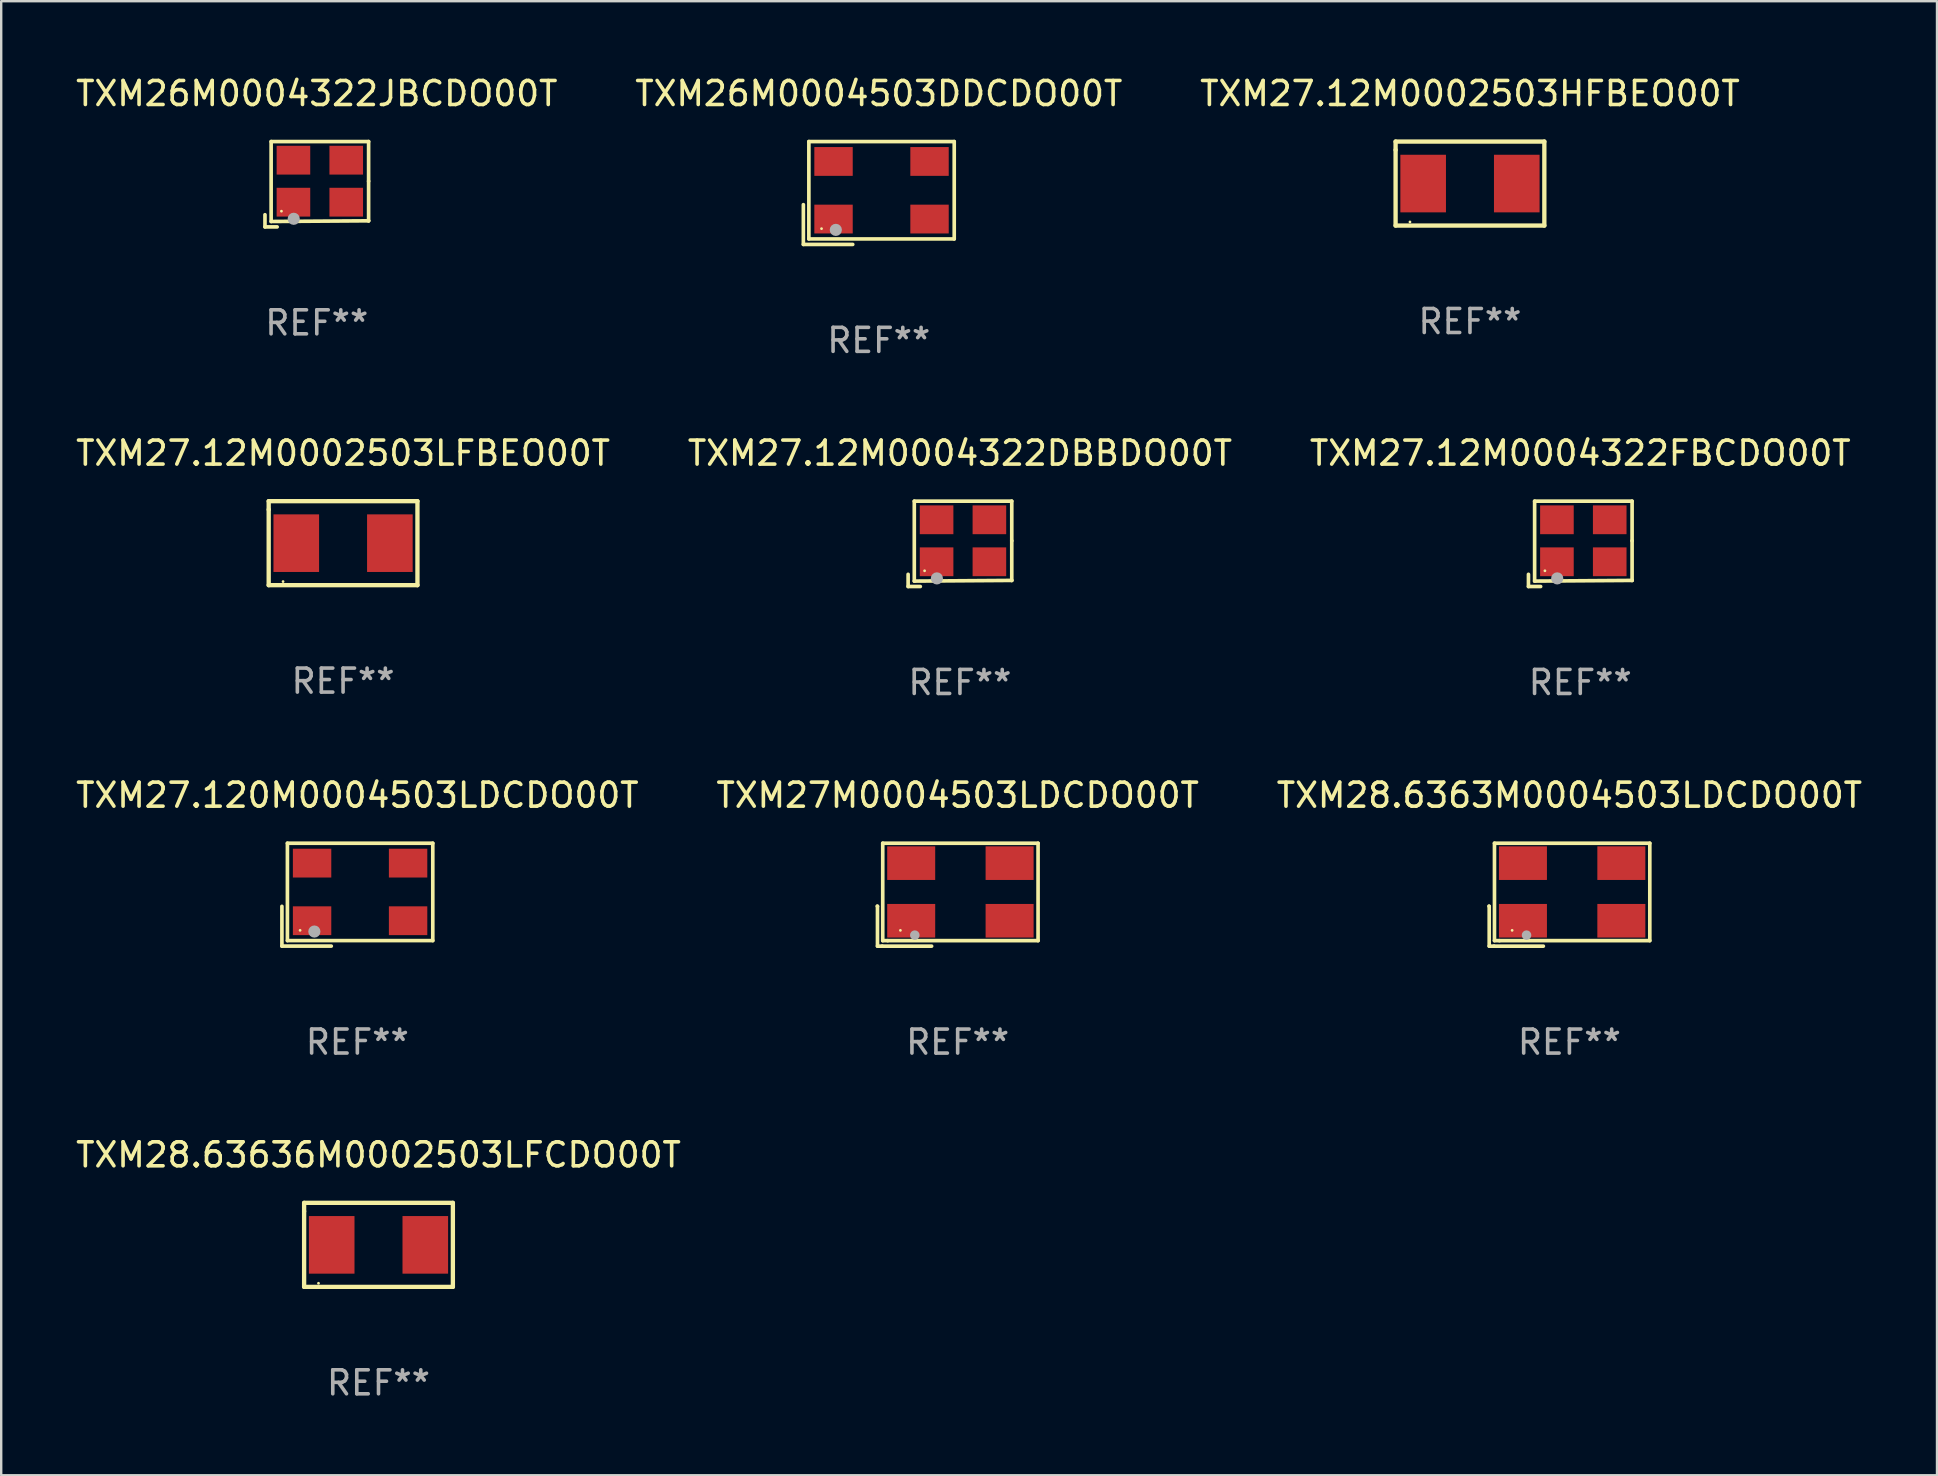
<source format=kicad_pcb>
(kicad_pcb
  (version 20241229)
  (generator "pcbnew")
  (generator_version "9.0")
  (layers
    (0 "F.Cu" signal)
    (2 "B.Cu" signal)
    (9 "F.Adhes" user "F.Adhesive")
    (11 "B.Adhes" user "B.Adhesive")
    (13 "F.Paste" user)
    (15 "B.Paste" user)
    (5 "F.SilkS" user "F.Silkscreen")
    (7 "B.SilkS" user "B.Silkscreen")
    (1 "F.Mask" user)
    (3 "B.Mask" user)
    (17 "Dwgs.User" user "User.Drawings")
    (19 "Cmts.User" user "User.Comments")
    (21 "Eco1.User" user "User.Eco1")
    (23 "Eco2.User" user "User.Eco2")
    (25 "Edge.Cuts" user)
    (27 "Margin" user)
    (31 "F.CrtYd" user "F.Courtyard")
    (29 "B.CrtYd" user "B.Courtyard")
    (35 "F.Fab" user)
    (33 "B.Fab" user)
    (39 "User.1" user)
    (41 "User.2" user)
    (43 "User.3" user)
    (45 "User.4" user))
  (footprint "TXM27M0004503LDCDO00T"
    (layer "F.Cu")
    (at 36.851 34.227)
    (property "Reference" "TXM27M0004503LDCDO00T" (at 0 -4.144 0) (layer "F.SilkS") (effects (font (size 1 1) (thickness 0.15))))
    (attr through_hole)
    (fp_line (start -3.35 0.476) (end -3.341 0.485) (stroke (width 0.152) (type solid)) (layer "F.SilkS"))
    (fp_line (start -3.341 0.485) (end -3.341 2.144) (stroke (width 0.152) (type solid)) (layer "F.SilkS"))
    (fp_line (start -3.341 2.144) (end -3.143 2.144) (stroke (width 0.152) (type solid)) (layer "F.SilkS"))
    (fp_line (start -3.143 2.144) (end -1.085 2.144) (stroke (width 0.152) (type solid)) (layer "F.SilkS"))
    (fp_line (start -3.122 -2.144) (end 3.35 -2.144) (stroke (width 0.152) (type solid)) (layer "F.SilkS"))
    (fp_line (start -3.122 1.915) (end -3.122 -2.144) (stroke (width 0.152) (type solid)) (layer "F.SilkS"))
    (fp_line (start -2.914 1.915) (end -3.122 1.915) (stroke (width 0.152) (type solid)) (layer "F.SilkS"))
    (fp_line (start 3.35 -2.144) (end 3.35 1.915) (stroke (width 0.152) (type solid)) (layer "F.SilkS"))
    (fp_line (start 3.35 1.915) (end -2.914 1.915) (stroke (width 0.152) (type solid)) (layer "F.SilkS"))
    (fp_circle (center -2.386 1.486) (end -2.356 1.486) (stroke (width 0.06) (type solid)) (fill no) (layer "F.SilkS"))
    (fp_circle (center -1.786 1.686) (end -1.686 1.686) (stroke (width 0.2) (type solid)) (fill no) (layer "F.Fab"))
    (fp_text user "REF**" (at 0 6.144 0) (layer "F.Fab") (effects (font (size 1 1) (thickness 0.15))))
    (pad "1" smd rect (at -1.936 1.086) (size 2 1.4) (layers "F.Cu" "F.Mask" "F.Paste"))
    (pad "2" smd rect (at 2.164 1.086) (size 2 1.4) (layers "F.Cu" "F.Mask" "F.Paste"))
    (pad "3" smd rect (at 2.164 -1.314) (size 2 1.4) (layers "F.Cu" "F.Mask" "F.Paste"))
    (pad "4" smd rect (at -1.936 -1.314) (size 2 1.4) (layers "F.Cu" "F.Mask" "F.Paste")))
  (footprint "TXM27.12M0004322DBBDO00T"
    (layer "F.Cu")
    (at 36.946 19.609)
    (property "Reference" "TXM27.12M0004322DBBDO00T" (at 0 -3.778 0) (layer "F.SilkS") (effects (font (size 1 1) (thickness 0.15))))
    (attr through_hole)
    (fp_line (start -2.159 1.27) (end -2.159 1.778) (stroke (width 0.152) (type solid)) (layer "F.SilkS"))
    (fp_line (start -2.159 1.778) (end -1.651 1.778) (stroke (width 0.152) (type solid)) (layer "F.SilkS"))
    (fp_line (start -1.902 -1.778) (end 2.159 -1.778) (stroke (width 0.152) (type solid)) (layer "F.SilkS"))
    (fp_line (start -1.902 1.552) (end -1.902 -1.778) (stroke (width 0.152) (type solid)) (layer "F.SilkS"))
    (fp_line (start 2.159 -1.778) (end 2.159 -0.127) (stroke (width 0.152) (type solid)) (layer "F.SilkS"))
    (fp_line (start 2.159 -0.127) (end 2.159 1.524) (stroke (width 0.152) (type solid)) (layer "F.SilkS"))
    (fp_line (start 2.159 1.524) (end -1.902 1.552) (stroke (width 0.152) (type solid)) (layer "F.SilkS"))
    (fp_line (start 2.159 1.524) (end 2.159 1.524) (stroke (width 0.152) (type solid)) (layer "F.SilkS"))
    (fp_circle (center -1.473 1.123) (end -1.443 1.123) (stroke (width 0.06) (type solid)) (fill no) (layer "F.SilkS"))
    (fp_circle (center -0.961 1.44) (end -0.834 1.44) (stroke (width 0.254) (type solid)) (fill no) (layer "F.Fab"))
    (fp_text user "REF**" (at 0 5.778 0) (layer "F.Fab") (effects (font (size 1 1) (thickness 0.15))))
    (pad "1" smd rect (at -0.973 0.748) (size 1.4 1.2) (layers "F.Cu" "F.Mask" "F.Paste"))
    (pad "2" smd rect (at 1.227 0.748) (size 1.4 1.2) (layers "F.Cu" "F.Mask" "F.Paste"))
    (pad "3" smd rect (at 1.227 -1.002) (size 1.4 1.2) (layers "F.Cu" "F.Mask" "F.Paste"))
    (pad "4" smd rect (at -0.973 -1.002) (size 1.4 1.2) (layers "F.Cu" "F.Mask" "F.Paste")))
  (footprint "TXM27.120M0004503LDCDO00T"
    (layer "F.Cu")
    (at 11.839 34.226)
    (property "Reference" "TXM27.120M0004503LDCDO00T" (at 0 -4.143 0) (layer "F.SilkS") (effects (font (size 1 1) (thickness 0.15))))
    (attr through_hole)
    (fp_line (start -3.143 0.486) (end -3.143 2.143) (stroke (width 0.152) (type solid)) (layer "F.SilkS"))
    (fp_line (start -3.143 2.143) (end -1.086 2.143) (stroke (width 0.152) (type solid)) (layer "F.SilkS"))
    (fp_line (start -2.914 -2.143) (end 3.143 -2.143) (stroke (width 0.152) (type solid)) (layer "F.SilkS"))
    (fp_line (start -2.914 1.914) (end -2.914 -2.143) (stroke (width 0.152) (type solid)) (layer "F.SilkS"))
    (fp_line (start 3.143 -2.143) (end 3.143 1.914) (stroke (width 0.152) (type solid)) (layer "F.SilkS"))
    (fp_line (start 3.143 1.914) (end -2.914 1.914) (stroke (width 0.152) (type solid)) (layer "F.SilkS"))
    (fp_circle (center -2.386 1.486) (end -2.356 1.486) (stroke (width 0.06) (type solid)) (fill no) (layer "F.SilkS"))
    (fp_circle (center -1.791 1.537) (end -1.664 1.537) (stroke (width 0.254) (type solid)) (fill no) (layer "F.Fab"))
    (fp_text user "REF**" (at 0 6.143 0) (layer "F.Fab") (effects (font (size 1 1) (thickness 0.15))))
    (pad "1" smd rect (at -1.886 1.086) (size 1.6 1.2) (layers "F.Cu" "F.Mask" "F.Paste"))
    (pad "2" smd rect (at 2.114 1.086) (size 1.6 1.2) (layers "F.Cu" "F.Mask" "F.Paste"))
    (pad "3" smd rect (at 2.114 -1.314) (size 1.6 1.2) (layers "F.Cu" "F.Mask" "F.Paste"))
    (pad "4" smd rect (at -1.886 -1.314) (size 1.6 1.2) (layers "F.Cu" "F.Mask" "F.Paste")))
  (footprint "TXM28.6363M0004503LDCDO00T"
    (layer "F.Cu")
    (at 62.339 34.227)
    (property "Reference" "TXM28.6363M0004503LDCDO00T" (at 0 -4.144 0) (layer "F.SilkS") (effects (font (size 1 1) (thickness 0.15))))
    (attr through_hole)
    (fp_line (start -3.35 0.476) (end -3.341 0.485) (stroke (width 0.152) (type solid)) (layer "F.SilkS"))
    (fp_line (start -3.341 0.485) (end -3.341 2.144) (stroke (width 0.152) (type solid)) (layer "F.SilkS"))
    (fp_line (start -3.341 2.144) (end -3.143 2.144) (stroke (width 0.152) (type solid)) (layer "F.SilkS"))
    (fp_line (start -3.143 2.144) (end -1.085 2.144) (stroke (width 0.152) (type solid)) (layer "F.SilkS"))
    (fp_line (start -3.122 -2.144) (end 3.35 -2.144) (stroke (width 0.152) (type solid)) (layer "F.SilkS"))
    (fp_line (start -3.122 1.915) (end -3.122 -2.144) (stroke (width 0.152) (type solid)) (layer "F.SilkS"))
    (fp_line (start -2.914 1.915) (end -3.122 1.915) (stroke (width 0.152) (type solid)) (layer "F.SilkS"))
    (fp_line (start 3.35 -2.144) (end 3.35 1.915) (stroke (width 0.152) (type solid)) (layer "F.SilkS"))
    (fp_line (start 3.35 1.915) (end -2.914 1.915) (stroke (width 0.152) (type solid)) (layer "F.SilkS"))
    (fp_circle (center -2.386 1.486) (end -2.356 1.486) (stroke (width 0.06) (type solid)) (fill no) (layer "F.SilkS"))
    (fp_circle (center -1.786 1.686) (end -1.686 1.686) (stroke (width 0.2) (type solid)) (fill no) (layer "F.Fab"))
    (fp_text user "REF**" (at 0 6.144 0) (layer "F.Fab") (effects (font (size 1 1) (thickness 0.15))))
    (pad "1" smd rect (at -1.936 1.086) (size 2 1.4) (layers "F.Cu" "F.Mask" "F.Paste"))
    (pad "2" smd rect (at 2.164 1.086) (size 2 1.4) (layers "F.Cu" "F.Mask" "F.Paste"))
    (pad "3" smd rect (at 2.164 -1.314) (size 2 1.4) (layers "F.Cu" "F.Mask" "F.Paste"))
    (pad "4" smd rect (at -1.936 -1.314) (size 2 1.4) (layers "F.Cu" "F.Mask" "F.Paste")))
  (footprint "TXM27.12M0004322FBCDO00T"
    (layer "F.Cu")
    (at 62.792 19.609)
    (property "Reference" "TXM27.12M0004322FBCDO00T" (at 0 -3.778 0) (layer "F.SilkS") (effects (font (size 1 1) (thickness 0.15))))
    (attr through_hole)
    (fp_line (start -2.159 1.27) (end -2.159 1.778) (stroke (width 0.152) (type solid)) (layer "F.SilkS"))
    (fp_line (start -2.159 1.778) (end -1.651 1.778) (stroke (width 0.152) (type solid)) (layer "F.SilkS"))
    (fp_line (start -1.902 -1.778) (end 2.159 -1.778) (stroke (width 0.152) (type solid)) (layer "F.SilkS"))
    (fp_line (start -1.902 1.552) (end -1.902 -1.778) (stroke (width 0.152) (type solid)) (layer "F.SilkS"))
    (fp_line (start 2.159 -1.778) (end 2.159 -0.127) (stroke (width 0.152) (type solid)) (layer "F.SilkS"))
    (fp_line (start 2.159 -0.127) (end 2.159 1.524) (stroke (width 0.152) (type solid)) (layer "F.SilkS"))
    (fp_line (start 2.159 1.524) (end -1.902 1.552) (stroke (width 0.152) (type solid)) (layer "F.SilkS"))
    (fp_line (start 2.159 1.524) (end 2.159 1.524) (stroke (width 0.152) (type solid)) (layer "F.SilkS"))
    (fp_circle (center -1.473 1.123) (end -1.443 1.123) (stroke (width 0.06) (type solid)) (fill no) (layer "F.SilkS"))
    (fp_circle (center -0.961 1.44) (end -0.834 1.44) (stroke (width 0.254) (type solid)) (fill no) (layer "F.Fab"))
    (fp_text user "REF**" (at 0 5.778 0) (layer "F.Fab") (effects (font (size 1 1) (thickness 0.15))))
    (pad "1" smd rect (at -0.973 0.748) (size 1.4 1.2) (layers "F.Cu" "F.Mask" "F.Paste"))
    (pad "2" smd rect (at 1.227 0.748) (size 1.4 1.2) (layers "F.Cu" "F.Mask" "F.Paste"))
    (pad "3" smd rect (at 1.227 -1.002) (size 1.4 1.2) (layers "F.Cu" "F.Mask" "F.Paste"))
    (pad "4" smd rect (at -0.973 -1.002) (size 1.4 1.2) (layers "F.Cu" "F.Mask" "F.Paste")))
  (footprint "TXM26M0004322JBCDO00T"
    (layer "F.Cu")
    (at 10.149 4.626)
    (property "Reference" "TXM26M0004322JBCDO00T" (at 0 -3.778 0) (layer "F.SilkS") (effects (font (size 1 1) (thickness 0.15))))
    (attr through_hole)
    (fp_line (start -2.159 1.27) (end -2.159 1.778) (stroke (width 0.152) (type solid)) (layer "F.SilkS"))
    (fp_line (start -2.159 1.778) (end -1.651 1.778) (stroke (width 0.152) (type solid)) (layer "F.SilkS"))
    (fp_line (start -1.902 -1.778) (end 2.159 -1.778) (stroke (width 0.152) (type solid)) (layer "F.SilkS"))
    (fp_line (start -1.902 1.552) (end -1.902 -1.778) (stroke (width 0.152) (type solid)) (layer "F.SilkS"))
    (fp_line (start 2.159 -1.778) (end 2.159 -0.127) (stroke (width 0.152) (type solid)) (layer "F.SilkS"))
    (fp_line (start 2.159 -0.127) (end 2.159 1.524) (stroke (width 0.152) (type solid)) (layer "F.SilkS"))
    (fp_line (start 2.159 1.524) (end -1.902 1.552) (stroke (width 0.152) (type solid)) (layer "F.SilkS"))
    (fp_line (start 2.159 1.524) (end 2.159 1.524) (stroke (width 0.152) (type solid)) (layer "F.SilkS"))
    (fp_circle (center -1.473 1.123) (end -1.443 1.123) (stroke (width 0.06) (type solid)) (fill no) (layer "F.SilkS"))
    (fp_circle (center -0.961 1.44) (end -0.834 1.44) (stroke (width 0.254) (type solid)) (fill no) (layer "F.Fab"))
    (fp_text user "REF**" (at 0 5.778 0) (layer "F.Fab") (effects (font (size 1 1) (thickness 0.15))))
    (pad "1" smd rect (at -0.973 0.748) (size 1.4 1.2) (layers "F.Cu" "F.Mask" "F.Paste"))
    (pad "2" smd rect (at 1.227 0.748) (size 1.4 1.2) (layers "F.Cu" "F.Mask" "F.Paste"))
    (pad "3" smd rect (at 1.227 -1.002) (size 1.4 1.2) (layers "F.Cu" "F.Mask" "F.Paste"))
    (pad "4" smd rect (at -0.973 -1.002) (size 1.4 1.2) (layers "F.Cu" "F.Mask" "F.Paste")))
  (footprint "TXM28.63636M0002503LFCDO00T"
    (layer "F.Cu")
    (at 12.72 48.817)
    (property "Reference" "TXM28.63636M0002503LFCDO00T" (at 0 -3.75 0) (layer "F.SilkS") (effects (font (size 1 1) (thickness 0.15))))
    (attr through_hole)
    (fp_line (start -3.099 -1.75) (end 3.099 -1.75) (stroke (width 0.18) (type solid)) (layer "F.SilkS"))
    (fp_line (start -3.099 -1.4) (end -3.099 -1.75) (stroke (width 0.18) (type solid)) (layer "F.SilkS"))
    (fp_line (start -3.099 1.75) (end -3.099 -1.4) (stroke (width 0.18) (type solid)) (layer "F.SilkS"))
    (fp_line (start 3.099 -1.75) (end 3.099 1.75) (stroke (width 0.18) (type solid)) (layer "F.SilkS"))
    (fp_line (start 3.099 1.75) (end -3.099 1.75) (stroke (width 0.18) (type solid)) (layer "F.SilkS"))
    (fp_circle (center -2.5 1.6) (end -2.47 1.6) (stroke (width 0.06) (type solid)) (fill no) (layer "F.SilkS"))
    (fp_text user "REF**" (at 0 5.75 0) (layer "F.Fab") (effects (font (size 1 1) (thickness 0.15))))
    (pad "1" smd rect (at -1.95 0) (size 1.9 2.4) (layers "F.Cu" "F.Mask" "F.Paste"))
    (pad "2" smd rect (at 1.95 0) (size 1.9 2.4) (layers "F.Cu" "F.Mask" "F.Paste")))
  (footprint "TXM27.12M0002503LFBEO00T"
    (layer "F.Cu")
    (at 11.244 19.581)
    (property "Reference" "TXM27.12M0002503LFBEO00T" (at 0 -3.75 0) (layer "F.SilkS") (effects (font (size 1 1) (thickness 0.15))))
    (attr through_hole)
    (fp_line (start -3.099 -1.75) (end 3.099 -1.75) (stroke (width 0.18) (type solid)) (layer "F.SilkS"))
    (fp_line (start -3.099 -1.4) (end -3.099 -1.75) (stroke (width 0.18) (type solid)) (layer "F.SilkS"))
    (fp_line (start -3.099 1.75) (end -3.099 -1.4) (stroke (width 0.18) (type solid)) (layer "F.SilkS"))
    (fp_line (start 3.099 -1.75) (end 3.099 1.75) (stroke (width 0.18) (type solid)) (layer "F.SilkS"))
    (fp_line (start 3.099 1.75) (end -3.099 1.75) (stroke (width 0.18) (type solid)) (layer "F.SilkS"))
    (fp_circle (center -2.5 1.6) (end -2.47 1.6) (stroke (width 0.06) (type solid)) (fill no) (layer "F.SilkS"))
    (fp_text user "REF**" (at 0 5.75 0) (layer "F.Fab") (effects (font (size 1 1) (thickness 0.15))))
    (pad "1" smd rect (at -1.95 0) (size 1.9 2.4) (layers "F.Cu" "F.Mask" "F.Paste"))
    (pad "2" smd rect (at 1.95 0) (size 1.9 2.4) (layers "F.Cu" "F.Mask" "F.Paste")))
  (footprint "TXM26M0004503DDCDO00T"
    (layer "F.Cu")
    (at 33.565 4.991)
    (property "Reference" "TXM26M0004503DDCDO00T" (at 0 -4.143 0) (layer "F.SilkS") (effects (font (size 1 1) (thickness 0.15))))
    (attr through_hole)
    (fp_line (start -3.143 0.486) (end -3.143 2.143) (stroke (width 0.152) (type solid)) (layer "F.SilkS"))
    (fp_line (start -3.143 2.143) (end -1.086 2.143) (stroke (width 0.152) (type solid)) (layer "F.SilkS"))
    (fp_line (start -2.914 -2.143) (end 3.143 -2.143) (stroke (width 0.152) (type solid)) (layer "F.SilkS"))
    (fp_line (start -2.914 1.914) (end -2.914 -2.143) (stroke (width 0.152) (type solid)) (layer "F.SilkS"))
    (fp_line (start 3.143 -2.143) (end 3.143 1.914) (stroke (width 0.152) (type solid)) (layer "F.SilkS"))
    (fp_line (start 3.143 1.914) (end -2.914 1.914) (stroke (width 0.152) (type solid)) (layer "F.SilkS"))
    (fp_circle (center -2.386 1.486) (end -2.356 1.486) (stroke (width 0.06) (type solid)) (fill no) (layer "F.SilkS"))
    (fp_circle (center -1.791 1.537) (end -1.664 1.537) (stroke (width 0.254) (type solid)) (fill no) (layer "F.Fab"))
    (fp_text user "REF**" (at 0 6.143 0) (layer "F.Fab") (effects (font (size 1 1) (thickness 0.15))))
    (pad "1" smd rect (at -1.886 1.086) (size 1.6 1.2) (layers "F.Cu" "F.Mask" "F.Paste"))
    (pad "2" smd rect (at 2.114 1.086) (size 1.6 1.2) (layers "F.Cu" "F.Mask" "F.Paste"))
    (pad "3" smd rect (at 2.114 -1.314) (size 1.6 1.2) (layers "F.Cu" "F.Mask" "F.Paste"))
    (pad "4" smd rect (at -1.886 -1.314) (size 1.6 1.2) (layers "F.Cu" "F.Mask" "F.Paste")))
  (footprint "TXM27.12M0002503HFBEO00T"
    (layer "F.Cu")
    (at 58.196 4.598)
    (property "Reference" "TXM27.12M0002503HFBEO00T" (at 0 -3.75 0) (layer "F.SilkS") (effects (font (size 1 1) (thickness 0.15))))
    (attr through_hole)
    (fp_line (start -3.099 -1.75) (end 3.099 -1.75) (stroke (width 0.18) (type solid)) (layer "F.SilkS"))
    (fp_line (start -3.099 -1.4) (end -3.099 -1.75) (stroke (width 0.18) (type solid)) (layer "F.SilkS"))
    (fp_line (start -3.099 1.75) (end -3.099 -1.4) (stroke (width 0.18) (type solid)) (layer "F.SilkS"))
    (fp_line (start 3.099 -1.75) (end 3.099 1.75) (stroke (width 0.18) (type solid)) (layer "F.SilkS"))
    (fp_line (start 3.099 1.75) (end -3.099 1.75) (stroke (width 0.18) (type solid)) (layer "F.SilkS"))
    (fp_circle (center -2.5 1.6) (end -2.47 1.6) (stroke (width 0.06) (type solid)) (fill no) (layer "F.SilkS"))
    (fp_text user "REF**" (at 0 5.75 0) (layer "F.Fab") (effects (font (size 1 1) (thickness 0.15))))
    (pad "1" smd rect (at -1.95 -0.000076) (size 1.9 2.4) (layers "F.Cu" "F.Mask" "F.Paste"))
    (pad "2" smd rect (at 1.95 -0.000076) (size 1.9 2.4) (layers "F.Cu" "F.Mask" "F.Paste")))
  (gr_rect
    (start -3 -3)
    (end 77.655 58.416)
    (stroke (width 0.1) (type default))
    (fill no)
    (layer "Edge.Cuts")))
</source>
